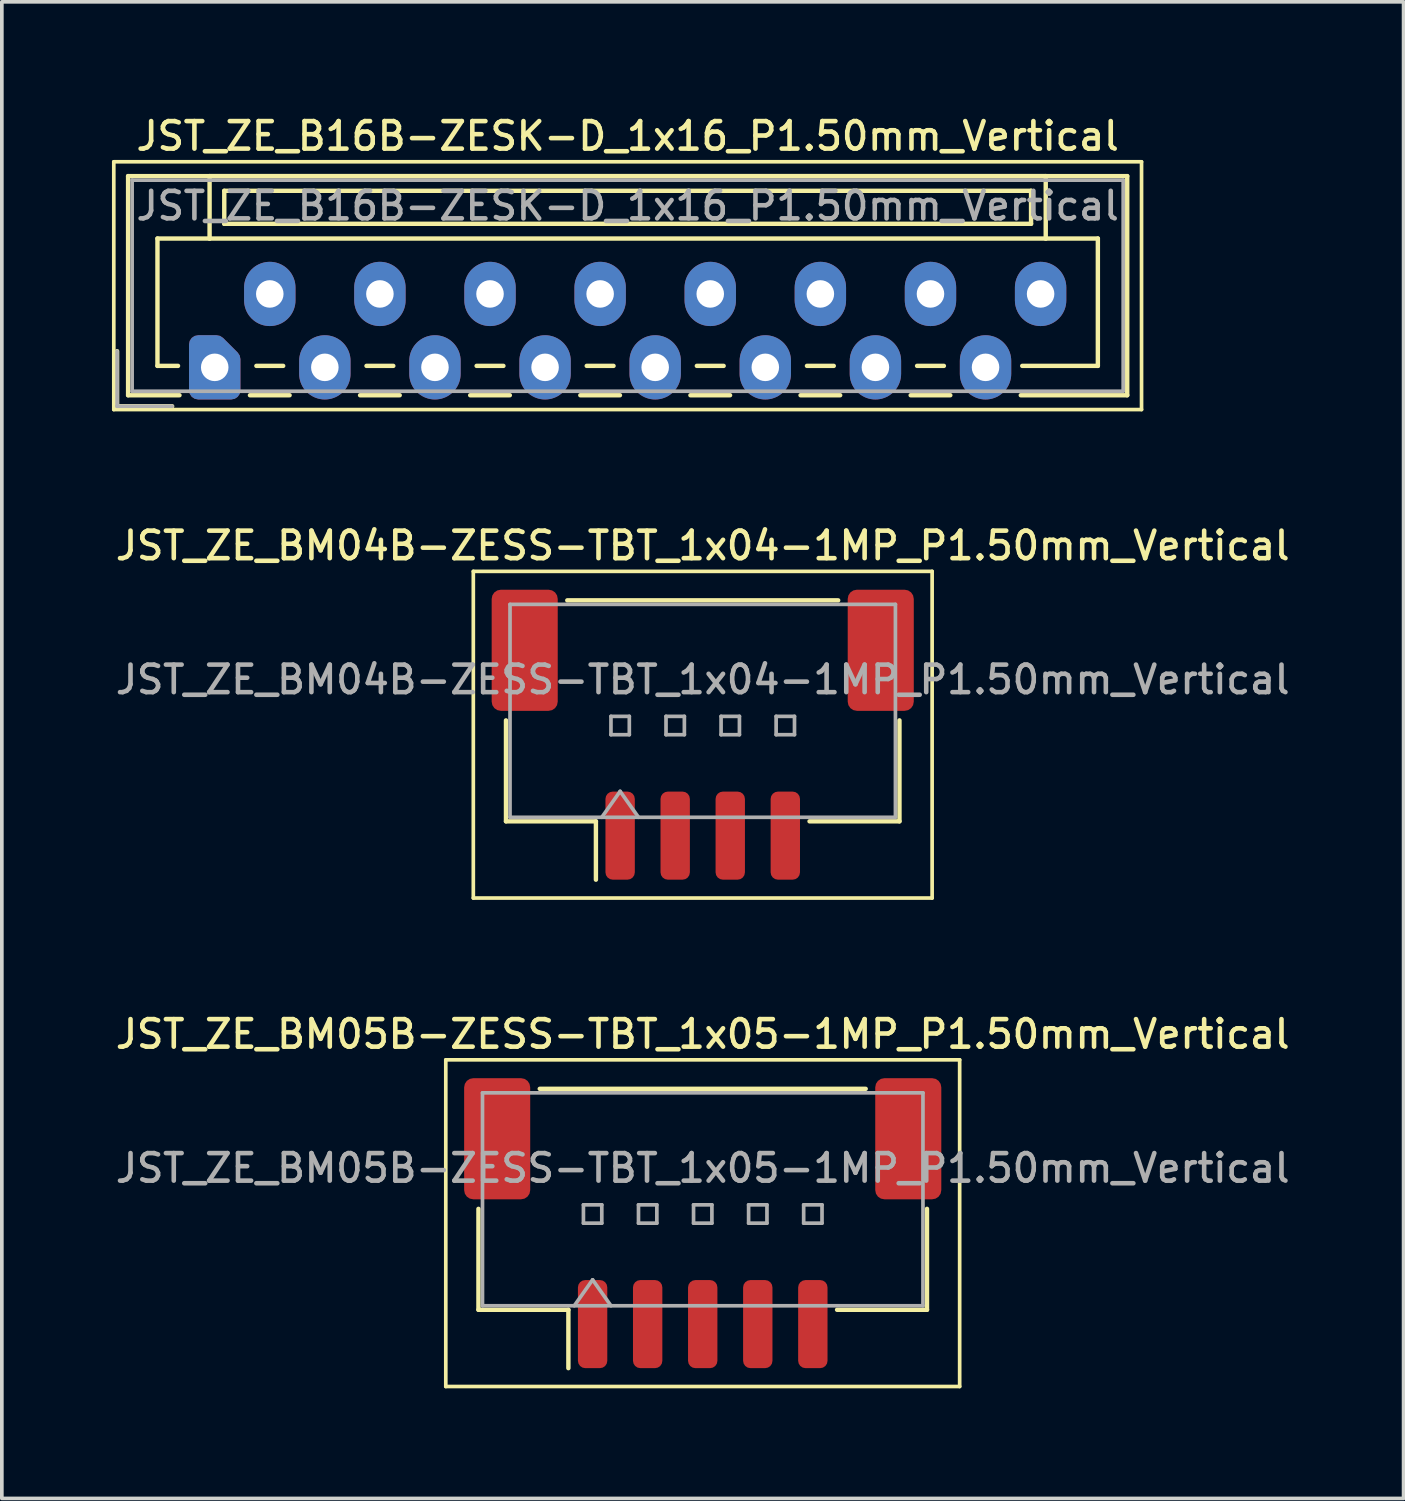
<source format=kicad_pcb>
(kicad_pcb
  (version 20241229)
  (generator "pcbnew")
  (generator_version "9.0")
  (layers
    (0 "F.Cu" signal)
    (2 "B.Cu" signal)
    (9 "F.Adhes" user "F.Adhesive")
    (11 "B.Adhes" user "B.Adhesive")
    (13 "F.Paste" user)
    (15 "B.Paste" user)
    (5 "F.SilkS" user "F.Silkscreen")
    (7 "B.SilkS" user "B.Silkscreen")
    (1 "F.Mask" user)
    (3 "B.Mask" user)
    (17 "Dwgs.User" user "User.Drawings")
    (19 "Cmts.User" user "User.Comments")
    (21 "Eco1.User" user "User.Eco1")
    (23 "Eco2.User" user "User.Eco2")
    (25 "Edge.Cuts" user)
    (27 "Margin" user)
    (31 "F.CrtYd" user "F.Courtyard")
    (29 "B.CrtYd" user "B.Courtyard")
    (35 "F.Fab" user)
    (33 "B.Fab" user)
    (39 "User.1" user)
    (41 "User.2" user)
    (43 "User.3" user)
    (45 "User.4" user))
  (footprint "JST_ZE_BM05B-ZESS-TBT_1x05-1MP_P1.50mm_Vertical"
    (layer "F.Cu")
    (at 16.095 30.274)
    (property "Reference" "JST_ZE_BM05B-ZESS-TBT_1x05-1MP_P1.50mm_Vertical" (at 0 -5.15 0) (layer "F.SilkS") (effects (font (size 0.75 0.75) (thickness 0.125))))
    (attr smd)
    (fp_line (start -7 -4.45) (end -7 4.45) (stroke (width 0.1) (type solid)) (layer "F.SilkS"))
    (fp_line (start -7 4.45) (end 7 4.45) (stroke (width 0.1) (type solid)) (layer "F.SilkS"))
    (fp_line (start -6.11 -0.39) (end -6.11 2.36) (stroke (width 0.12) (type solid)) (layer "F.SilkS"))
    (fp_line (start -6.11 2.36) (end -3.66 2.36) (stroke (width 0.12) (type solid)) (layer "F.SilkS"))
    (fp_line (start -4.44 -3.66) (end 4.44 -3.66) (stroke (width 0.12) (type solid)) (layer "F.SilkS"))
    (fp_line (start -3.66 2.36) (end -3.66 3.95) (stroke (width 0.12) (type solid)) (layer "F.SilkS"))
    (fp_line (start 6.11 -0.39) (end 6.11 2.36) (stroke (width 0.12) (type solid)) (layer "F.SilkS"))
    (fp_line (start 6.11 2.36) (end 3.66 2.36) (stroke (width 0.12) (type solid)) (layer "F.SilkS"))
    (fp_line (start 7 -4.45) (end -7 -4.45) (stroke (width 0.1) (type solid)) (layer "F.SilkS"))
    (fp_line (start 7 4.45) (end 7 -4.45) (stroke (width 0.1) (type solid)) (layer "F.SilkS"))
    (fp_line (start -6 -3.55) (end 6 -3.55) (stroke (width 0.1) (type solid)) (layer "F.Fab"))
    (fp_line (start -6 2.25) (end -6 -3.55) (stroke (width 0.1) (type solid)) (layer "F.Fab"))
    (fp_line (start -6 2.25) (end 6 2.25) (stroke (width 0.1) (type solid)) (layer "F.Fab"))
    (fp_line (start -3.5 2.25) (end -3 1.543) (stroke (width 0.1) (type solid)) (layer "F.Fab"))
    (fp_line (start -3.25 -0.5) (end -3.25 0) (stroke (width 0.1) (type solid)) (layer "F.Fab"))
    (fp_line (start -3.25 0) (end -2.75 0) (stroke (width 0.1) (type solid)) (layer "F.Fab"))
    (fp_line (start -3 1.543) (end -2.5 2.25) (stroke (width 0.1) (type solid)) (layer "F.Fab"))
    (fp_line (start -2.75 -0.5) (end -3.25 -0.5) (stroke (width 0.1) (type solid)) (layer "F.Fab"))
    (fp_line (start -2.75 0) (end -2.75 -0.5) (stroke (width 0.1) (type solid)) (layer "F.Fab"))
    (fp_line (start -1.75 -0.5) (end -1.75 0) (stroke (width 0.1) (type solid)) (layer "F.Fab"))
    (fp_line (start -1.75 0) (end -1.25 0) (stroke (width 0.1) (type solid)) (layer "F.Fab"))
    (fp_line (start -1.25 -0.5) (end -1.75 -0.5) (stroke (width 0.1) (type solid)) (layer "F.Fab"))
    (fp_line (start -1.25 0) (end -1.25 -0.5) (stroke (width 0.1) (type solid)) (layer "F.Fab"))
    (fp_line (start -0.25 -0.5) (end -0.25 0) (stroke (width 0.1) (type solid)) (layer "F.Fab"))
    (fp_line (start -0.25 0) (end 0.25 0) (stroke (width 0.1) (type solid)) (layer "F.Fab"))
    (fp_line (start 0.25 -0.5) (end -0.25 -0.5) (stroke (width 0.1) (type solid)) (layer "F.Fab"))
    (fp_line (start 0.25 0) (end 0.25 -0.5) (stroke (width 0.1) (type solid)) (layer "F.Fab"))
    (fp_line (start 1.25 -0.5) (end 1.25 0) (stroke (width 0.1) (type solid)) (layer "F.Fab"))
    (fp_line (start 1.25 0) (end 1.75 0) (stroke (width 0.1) (type solid)) (layer "F.Fab"))
    (fp_line (start 1.75 -0.5) (end 1.25 -0.5) (stroke (width 0.1) (type solid)) (layer "F.Fab"))
    (fp_line (start 1.75 0) (end 1.75 -0.5) (stroke (width 0.1) (type solid)) (layer "F.Fab"))
    (fp_line (start 2.75 -0.5) (end 2.75 0) (stroke (width 0.1) (type solid)) (layer "F.Fab"))
    (fp_line (start 2.75 0) (end 3.25 0) (stroke (width 0.1) (type solid)) (layer "F.Fab"))
    (fp_line (start 3.25 -0.5) (end 2.75 -0.5) (stroke (width 0.1) (type solid)) (layer "F.Fab"))
    (fp_line (start 3.25 0) (end 3.25 -0.5) (stroke (width 0.1) (type solid)) (layer "F.Fab"))
    (fp_line (start 6 2.25) (end 6 -3.55) (stroke (width 0.1) (type solid)) (layer "F.Fab"))
    (fp_text user "${REFERENCE}" (at 0 -1.5 0) (layer "F.Fab") (effects (font (size 0.75 0.75) (thickness 0.125))))
    (pad "1" smd roundrect (at -3 2.75) (size 0.8 2.4) (layers "F.Cu" "F.Mask" "F.Paste") (roundrect_rratio 0.25))
    (pad "2" smd roundrect (at -1.5 2.75) (size 0.8 2.4) (layers "F.Cu" "F.Mask" "F.Paste") (roundrect_rratio 0.25))
    (pad "3" smd roundrect (at 0 2.75) (size 0.8 2.4) (layers "F.Cu" "F.Mask" "F.Paste") (roundrect_rratio 0.25))
    (pad "4" smd roundrect (at 1.5 2.75) (size 0.8 2.4) (layers "F.Cu" "F.Mask" "F.Paste") (roundrect_rratio 0.25))
    (pad "5" smd roundrect (at 3 2.75) (size 0.8 2.4) (layers "F.Cu" "F.Mask" "F.Paste") (roundrect_rratio 0.25))
    (pad "MP" smd roundrect (at -5.6 -2.3) (size 1.8 3.3) (layers "F.Cu" "F.Mask" "F.Paste") (roundrect_rratio 0.139))
    (pad "MP" smd roundrect (at 5.6 -2.3) (size 1.8 3.3) (layers "F.Cu" "F.Mask" "F.Paste") (roundrect_rratio 0.139)))
  (footprint "JST_ZE_B16B-ZESK-D_1x16_P1.50mm_Vertical"
    (layer "F.Cu")
    (at 2.8 6.958)
    (property "Reference" "JST_ZE_B16B-ZESK-D_1x16_P1.50mm_Vertical" (at 11.25 -6.3 0) (layer "F.SilkS") (effects (font (size 0.75 0.75) (thickness 0.125))))
    (attr through_hole)
    (fp_line (start -2.75 -5.6) (end -2.75 1.15) (stroke (width 0.1) (type solid)) (layer "F.SilkS"))
    (fp_line (start -2.75 1.15) (end 25.25 1.15) (stroke (width 0.1) (type solid)) (layer "F.SilkS"))
    (fp_line (start -2.66 -0.44) (end -2.66 1.06) (stroke (width 0.12) (type solid)) (layer "F.SilkS"))
    (fp_line (start -2.66 1.06) (end -1.16 1.06) (stroke (width 0.12) (type solid)) (layer "F.SilkS"))
    (fp_line (start -2.36 -5.21) (end 24.86 -5.21) (stroke (width 0.12) (type solid)) (layer "F.SilkS"))
    (fp_line (start -2.36 0.76) (end -2.36 -5.21) (stroke (width 0.12) (type solid)) (layer "F.SilkS"))
    (fp_line (start -1.56 -3.51) (end -1.56 -0.04) (stroke (width 0.12) (type solid)) (layer "F.SilkS"))
    (fp_line (start -1.56 -0.04) (end -1 -0.04) (stroke (width 0.12) (type solid)) (layer "F.SilkS"))
    (fp_line (start -0.96 0.76) (end -2.36 0.76) (stroke (width 0.12) (type solid)) (layer "F.SilkS"))
    (fp_line (start -0.14 -5.21) (end -0.14 -3.51) (stroke (width 0.12) (type solid)) (layer "F.SilkS"))
    (fp_line (start -0.14 -3.51) (end -1.56 -3.51) (stroke (width 0.12) (type solid)) (layer "F.SilkS"))
    (fp_line (start -0.14 -3.51) (end 22.64 -3.51) (stroke (width 0.12) (type solid)) (layer "F.SilkS"))
    (fp_line (start 0.26 -4.81) (end 0.26 -3.91) (stroke (width 0.12) (type solid)) (layer "F.SilkS"))
    (fp_line (start 0.26 -3.91) (end 22.24 -3.91) (stroke (width 0.12) (type solid)) (layer "F.SilkS"))
    (fp_line (start 0.96 0.76) (end 2.04 0.76) (stroke (width 0.12) (type solid)) (layer "F.SilkS"))
    (fp_line (start 1.135 -0.04) (end 1.865 -0.04) (stroke (width 0.12) (type solid)) (layer "F.SilkS"))
    (fp_line (start 3.96 0.76) (end 5.04 0.76) (stroke (width 0.12) (type solid)) (layer "F.SilkS"))
    (fp_line (start 4.135 -0.04) (end 4.865 -0.04) (stroke (width 0.12) (type solid)) (layer "F.SilkS"))
    (fp_line (start 6.96 0.76) (end 8.04 0.76) (stroke (width 0.12) (type solid)) (layer "F.SilkS"))
    (fp_line (start 7.135 -0.04) (end 7.865 -0.04) (stroke (width 0.12) (type solid)) (layer "F.SilkS"))
    (fp_line (start 9.96 0.76) (end 11.04 0.76) (stroke (width 0.12) (type solid)) (layer "F.SilkS"))
    (fp_line (start 10.135 -0.04) (end 10.865 -0.04) (stroke (width 0.12) (type solid)) (layer "F.SilkS"))
    (fp_line (start 12.96 0.76) (end 14.04 0.76) (stroke (width 0.12) (type solid)) (layer "F.SilkS"))
    (fp_line (start 13.135 -0.04) (end 13.865 -0.04) (stroke (width 0.12) (type solid)) (layer "F.SilkS"))
    (fp_line (start 15.96 0.76) (end 17.04 0.76) (stroke (width 0.12) (type solid)) (layer "F.SilkS"))
    (fp_line (start 16.135 -0.04) (end 16.865 -0.04) (stroke (width 0.12) (type solid)) (layer "F.SilkS"))
    (fp_line (start 18.96 0.76) (end 20.04 0.76) (stroke (width 0.12) (type solid)) (layer "F.SilkS"))
    (fp_line (start 19.135 -0.04) (end 19.865 -0.04) (stroke (width 0.12) (type solid)) (layer "F.SilkS"))
    (fp_line (start 22.24 -4.81) (end 0.26 -4.81) (stroke (width 0.12) (type solid)) (layer "F.SilkS"))
    (fp_line (start 22.24 -3.91) (end 22.24 -4.81) (stroke (width 0.12) (type solid)) (layer "F.SilkS"))
    (fp_line (start 22.64 -5.21) (end -0.14 -5.21) (stroke (width 0.12) (type solid)) (layer "F.SilkS"))
    (fp_line (start 22.64 -3.51) (end 22.64 -5.21) (stroke (width 0.12) (type solid)) (layer "F.SilkS"))
    (fp_line (start 22.64 -3.51) (end 24.06 -3.51) (stroke (width 0.12) (type solid)) (layer "F.SilkS"))
    (fp_line (start 24.06 -3.51) (end 24.06 -0.04) (stroke (width 0.12) (type solid)) (layer "F.SilkS"))
    (fp_line (start 24.06 -0.04) (end 22 -0.04) (stroke (width 0.12) (type solid)) (layer "F.SilkS"))
    (fp_line (start 24.86 -5.21) (end 24.86 0.76) (stroke (width 0.12) (type solid)) (layer "F.SilkS"))
    (fp_line (start 24.86 0.76) (end 21.96 0.76) (stroke (width 0.12) (type solid)) (layer "F.SilkS"))
    (fp_line (start 25.25 -5.6) (end -2.75 -5.6) (stroke (width 0.1) (type solid)) (layer "F.SilkS"))
    (fp_line (start 25.25 1.15) (end 25.25 -5.6) (stroke (width 0.1) (type solid)) (layer "F.SilkS"))
    (fp_line (start -2.66 -0.44) (end -2.66 1.06) (stroke (width 0.1) (type solid)) (layer "F.Fab"))
    (fp_line (start -2.66 1.06) (end -1.16 1.06) (stroke (width 0.1) (type solid)) (layer "F.Fab"))
    (fp_line (start -2.25 -5.1) (end -2.25 0.65) (stroke (width 0.1) (type solid)) (layer "F.Fab"))
    (fp_line (start -2.25 0.65) (end 24.75 0.65) (stroke (width 0.1) (type solid)) (layer "F.Fab"))
    (fp_line (start 24.75 -5.1) (end -2.25 -5.1) (stroke (width 0.1) (type solid)) (layer "F.Fab"))
    (fp_line (start 24.75 0.65) (end 24.75 -5.1) (stroke (width 0.1) (type solid)) (layer "F.Fab"))
    (fp_text user "${REFERENCE}" (at 11.25 -4.4 0) (layer "F.Fab") (effects (font (size 0.75 0.75) (thickness 0.125))))
    (pad "1" thru_hole custom (at 0 0) (size 1.117 1.117) (drill 0.75) (layers "*.Cu" "*.Mask") (options (anchor circle)) (primitives (gr_poly (pts (xy 0.45 -0.225) (xy 0.45 0.625) (xy -0.45 0.625) (xy -0.45 -0.625) (xy 0.05 -0.625)) (width 0.5) (fill yes))))
    (pad "2" thru_hole oval (at 1.5 -2) (size 1.4 1.75) (drill 0.75) (layers "*.Cu" "*.Mask"))
    (pad "3" thru_hole oval (at 3 0) (size 1.4 1.75) (drill 0.75) (layers "*.Cu" "*.Mask"))
    (pad "4" thru_hole oval (at 4.5 -2) (size 1.4 1.75) (drill 0.75) (layers "*.Cu" "*.Mask"))
    (pad "5" thru_hole oval (at 6 0) (size 1.4 1.75) (drill 0.75) (layers "*.Cu" "*.Mask"))
    (pad "6" thru_hole oval (at 7.5 -2) (size 1.4 1.75) (drill 0.75) (layers "*.Cu" "*.Mask"))
    (pad "7" thru_hole oval (at 9 0) (size 1.4 1.75) (drill 0.75) (layers "*.Cu" "*.Mask"))
    (pad "8" thru_hole oval (at 10.5 -2) (size 1.4 1.75) (drill 0.75) (layers "*.Cu" "*.Mask"))
    (pad "9" thru_hole oval (at 12 0) (size 1.4 1.75) (drill 0.75) (layers "*.Cu" "*.Mask"))
    (pad "10" thru_hole oval (at 13.5 -2) (size 1.4 1.75) (drill 0.75) (layers "*.Cu" "*.Mask"))
    (pad "11" thru_hole oval (at 15 0) (size 1.4 1.75) (drill 0.75) (layers "*.Cu" "*.Mask"))
    (pad "12" thru_hole oval (at 16.5 -2) (size 1.4 1.75) (drill 0.75) (layers "*.Cu" "*.Mask"))
    (pad "13" thru_hole oval (at 18 0) (size 1.4 1.75) (drill 0.75) (layers "*.Cu" "*.Mask"))
    (pad "14" thru_hole oval (at 19.5 -2) (size 1.4 1.75) (drill 0.75) (layers "*.Cu" "*.Mask"))
    (pad "15" thru_hole oval (at 21 0) (size 1.4 1.75) (drill 0.75) (layers "*.Cu" "*.Mask"))
    (pad "16" thru_hole oval (at 22.5 -2) (size 1.4 1.75) (drill 0.75) (layers "*.Cu" "*.Mask")))
  (footprint "JST_ZE_BM04B-ZESS-TBT_1x04-1MP_P1.50mm_Vertical"
    (layer "F.Cu")
    (at 16.095 16.966)
    (property "Reference" "JST_ZE_BM04B-ZESS-TBT_1x04-1MP_P1.50mm_Vertical" (at 0 -5.15 0) (layer "F.SilkS") (effects (font (size 0.75 0.75) (thickness 0.125))))
    (attr smd)
    (fp_line (start -6.25 -4.45) (end -6.25 4.45) (stroke (width 0.1) (type solid)) (layer "F.SilkS"))
    (fp_line (start -6.25 4.45) (end 6.25 4.45) (stroke (width 0.1) (type solid)) (layer "F.SilkS"))
    (fp_line (start -5.36 -0.39) (end -5.36 2.36) (stroke (width 0.12) (type solid)) (layer "F.SilkS"))
    (fp_line (start -5.36 2.36) (end -2.91 2.36) (stroke (width 0.12) (type solid)) (layer "F.SilkS"))
    (fp_line (start -3.69 -3.66) (end 3.69 -3.66) (stroke (width 0.12) (type solid)) (layer "F.SilkS"))
    (fp_line (start -2.91 2.36) (end -2.91 3.95) (stroke (width 0.12) (type solid)) (layer "F.SilkS"))
    (fp_line (start 5.36 -0.39) (end 5.36 2.36) (stroke (width 0.12) (type solid)) (layer "F.SilkS"))
    (fp_line (start 5.36 2.36) (end 2.91 2.36) (stroke (width 0.12) (type solid)) (layer "F.SilkS"))
    (fp_line (start 6.25 -4.45) (end -6.25 -4.45) (stroke (width 0.1) (type solid)) (layer "F.SilkS"))
    (fp_line (start 6.25 4.45) (end 6.25 -4.45) (stroke (width 0.1) (type solid)) (layer "F.SilkS"))
    (fp_line (start -5.25 -3.55) (end 5.25 -3.55) (stroke (width 0.1) (type solid)) (layer "F.Fab"))
    (fp_line (start -5.25 2.25) (end -5.25 -3.55) (stroke (width 0.1) (type solid)) (layer "F.Fab"))
    (fp_line (start -5.25 2.25) (end 5.25 2.25) (stroke (width 0.1) (type solid)) (layer "F.Fab"))
    (fp_line (start -2.75 2.25) (end -2.25 1.543) (stroke (width 0.1) (type solid)) (layer "F.Fab"))
    (fp_line (start -2.5 -0.5) (end -2.5 0) (stroke (width 0.1) (type solid)) (layer "F.Fab"))
    (fp_line (start -2.5 0) (end -2 0) (stroke (width 0.1) (type solid)) (layer "F.Fab"))
    (fp_line (start -2.25 1.543) (end -1.75 2.25) (stroke (width 0.1) (type solid)) (layer "F.Fab"))
    (fp_line (start -2 -0.5) (end -2.5 -0.5) (stroke (width 0.1) (type solid)) (layer "F.Fab"))
    (fp_line (start -2 0) (end -2 -0.5) (stroke (width 0.1) (type solid)) (layer "F.Fab"))
    (fp_line (start -1 -0.5) (end -1 0) (stroke (width 0.1) (type solid)) (layer "F.Fab"))
    (fp_line (start -1 0) (end -0.5 0) (stroke (width 0.1) (type solid)) (layer "F.Fab"))
    (fp_line (start -0.5 -0.5) (end -1 -0.5) (stroke (width 0.1) (type solid)) (layer "F.Fab"))
    (fp_line (start -0.5 0) (end -0.5 -0.5) (stroke (width 0.1) (type solid)) (layer "F.Fab"))
    (fp_line (start 0.5 -0.5) (end 0.5 0) (stroke (width 0.1) (type solid)) (layer "F.Fab"))
    (fp_line (start 0.5 0) (end 1 0) (stroke (width 0.1) (type solid)) (layer "F.Fab"))
    (fp_line (start 1 -0.5) (end 0.5 -0.5) (stroke (width 0.1) (type solid)) (layer "F.Fab"))
    (fp_line (start 1 0) (end 1 -0.5) (stroke (width 0.1) (type solid)) (layer "F.Fab"))
    (fp_line (start 2 -0.5) (end 2 0) (stroke (width 0.1) (type solid)) (layer "F.Fab"))
    (fp_line (start 2 0) (end 2.5 0) (stroke (width 0.1) (type solid)) (layer "F.Fab"))
    (fp_line (start 2.5 -0.5) (end 2 -0.5) (stroke (width 0.1) (type solid)) (layer "F.Fab"))
    (fp_line (start 2.5 0) (end 2.5 -0.5) (stroke (width 0.1) (type solid)) (layer "F.Fab"))
    (fp_line (start 5.25 2.25) (end 5.25 -3.55) (stroke (width 0.1) (type solid)) (layer "F.Fab"))
    (fp_text user "${REFERENCE}" (at 0 -1.5 0) (layer "F.Fab") (effects (font (size 0.75 0.75) (thickness 0.125))))
    (pad "1" smd roundrect (at -2.25 2.75) (size 0.8 2.4) (layers "F.Cu" "F.Mask" "F.Paste") (roundrect_rratio 0.25))
    (pad "2" smd roundrect (at -0.75 2.75) (size 0.8 2.4) (layers "F.Cu" "F.Mask" "F.Paste") (roundrect_rratio 0.25))
    (pad "3" smd roundrect (at 0.75 2.75) (size 0.8 2.4) (layers "F.Cu" "F.Mask" "F.Paste") (roundrect_rratio 0.25))
    (pad "4" smd roundrect (at 2.25 2.75) (size 0.8 2.4) (layers "F.Cu" "F.Mask" "F.Paste") (roundrect_rratio 0.25))
    (pad "MP" smd roundrect (at -4.85 -2.3) (size 1.8 3.3) (layers "F.Cu" "F.Mask" "F.Paste") (roundrect_rratio 0.139))
    (pad "MP" smd roundrect (at 4.85 -2.3) (size 1.8 3.3) (layers "F.Cu" "F.Mask" "F.Paste") (roundrect_rratio 0.139)))
  (gr_rect
    (start -3 -3)
    (end 35.189 37.774)
    (stroke (width 0.1) (type default))
    (fill no)
    (layer "Edge.Cuts")))
</source>
